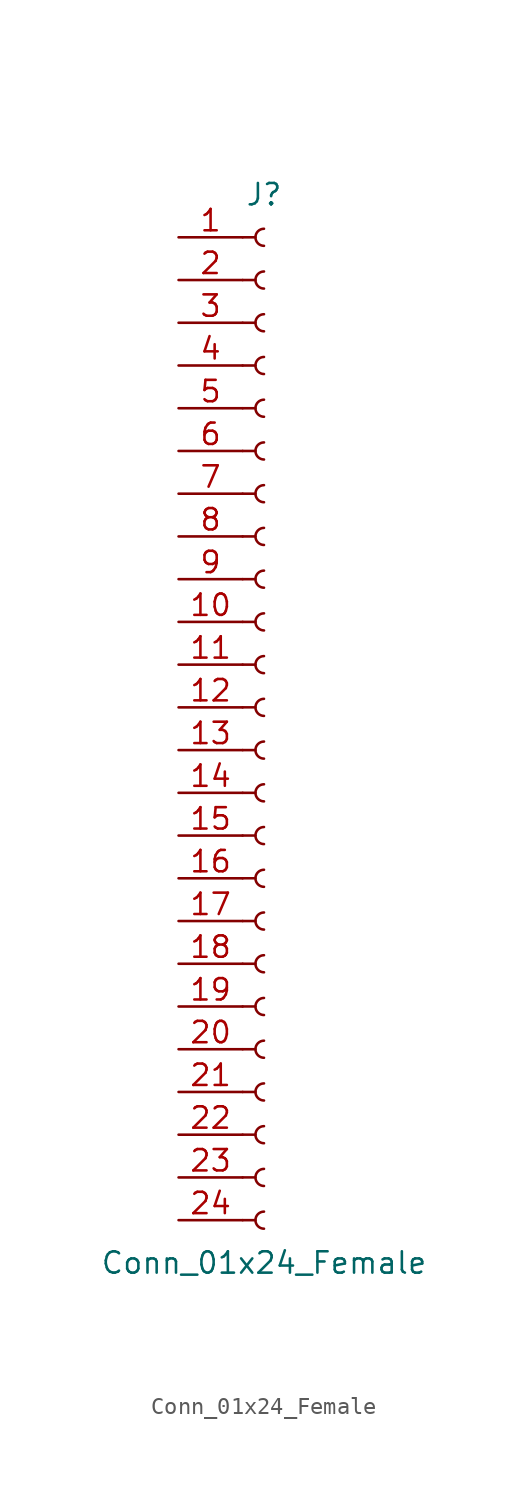
<source format=kicad_sym>
(kicad_symbol_lib
  (version 20211014)
  (generator kicad_symbol_editor)
  (symbol "Conn_01x24_Female"
    (pin_names
      (offset 1.016) hide)
    (property "Reference" "J"
      (at 0 30.48 0)
      (effects (font (size 1.27 1.27))))
    (property "Value" "Conn_01x24_Female"
      (at 0 -33.02 0)
      (effects (font (size 1.27 1.27))))
    (symbol "Conn_01x24_Female_1_1"
      (arc (start 0 -29.972) (mid -0.508 -30.48) (end 0 -30.988) (stroke (width 0.1524) (type default) (color 0 0 0 0)) (fill (type none)))
      (arc (start 0 -27.432) (mid -0.508 -27.94) (end 0 -28.448) (stroke (width 0.1524) (type default) (color 0 0 0 0)) (fill (type none)))
      (arc (start 0 -24.892) (mid -0.508 -25.4) (end 0 -25.908) (stroke (width 0.1524) (type default) (color 0 0 0 0)) (fill (type none)))
      (arc (start 0 -22.352) (mid -0.508 -22.86) (end 0 -23.368) (stroke (width 0.1524) (type default) (color 0 0 0 0)) (fill (type none)))
      (arc (start 0 -19.812) (mid -0.508 -20.32) (end 0 -20.828) (stroke (width 0.1524) (type default) (color 0 0 0 0)) (fill (type none)))
      (arc (start 0 -17.272) (mid -0.508 -17.78) (end 0 -18.288) (stroke (width 0.1524) (type default) (color 0 0 0 0)) (fill (type none)))
      (arc (start 0 -14.732) (mid -0.508 -15.24) (end 0 -15.748) (stroke (width 0.1524) (type default) (color 0 0 0 0)) (fill (type none)))
      (arc (start 0 -12.192) (mid -0.508 -12.7) (end 0 -13.208) (stroke (width 0.1524) (type default) (color 0 0 0 0)) (fill (type none)))
      (arc (start 0 -9.652) (mid -0.508 -10.16) (end 0 -10.668) (stroke (width 0.1524) (type default) (color 0 0 0 0)) (fill (type none)))
      (arc (start 0 -7.112) (mid -0.508 -7.62) (end 0 -8.128) (stroke (width 0.1524) (type default) (color 0 0 0 0)) (fill (type none)))
      (arc (start 0 -4.572) (mid -0.508 -5.08) (end 0 -5.588) (stroke (width 0.1524) (type default) (color 0 0 0 0)) (fill (type none)))
      (arc (start 0 -2.032) (mid -0.508 -2.54) (end 0 -3.048) (stroke (width 0.1524) (type default) (color 0 0 0 0)) (fill (type none)))
      (polyline (pts (xy -1.27 -30.48) (xy -0.508 -30.48)) (stroke (width 0.152) (type default) (color 0 0 0 0)) (fill (type none)))
      (polyline (pts (xy -1.27 -27.94) (xy -0.508 -27.94)) (stroke (width 0.152) (type default) (color 0 0 0 0)) (fill (type none)))
      (polyline (pts (xy -1.27 -25.4) (xy -0.508 -25.4)) (stroke (width 0.152) (type default) (color 0 0 0 0)) (fill (type none)))
      (polyline (pts (xy -1.27 -22.86) (xy -0.508 -22.86)) (stroke (width 0.152) (type default) (color 0 0 0 0)) (fill (type none)))
      (polyline (pts (xy -1.27 -20.32) (xy -0.508 -20.32)) (stroke (width 0.152) (type default) (color 0 0 0 0)) (fill (type none)))
      (polyline (pts (xy -1.27 -17.78) (xy -0.508 -17.78)) (stroke (width 0.152) (type default) (color 0 0 0 0)) (fill (type none)))
      (polyline (pts (xy -1.27 -15.24) (xy -0.508 -15.24)) (stroke (width 0.152) (type default) (color 0 0 0 0)) (fill (type none)))
      (polyline (pts (xy -1.27 -12.7) (xy -0.508 -12.7)) (stroke (width 0.152) (type default) (color 0 0 0 0)) (fill (type none)))
      (polyline (pts (xy -1.27 -10.16) (xy -0.508 -10.16)) (stroke (width 0.152) (type default) (color 0 0 0 0)) (fill (type none)))
      (polyline (pts (xy -1.27 -7.62) (xy -0.508 -7.62)) (stroke (width 0.152) (type default) (color 0 0 0 0)) (fill (type none)))
      (polyline (pts (xy -1.27 -5.08) (xy -0.508 -5.08)) (stroke (width 0.152) (type default) (color 0 0 0 0)) (fill (type none)))
      (polyline (pts (xy -1.27 -2.54) (xy -0.508 -2.54)) (stroke (width 0.152) (type default) (color 0 0 0 0)) (fill (type none)))
      (polyline (pts (xy -1.27 0) (xy -0.508 0)) (stroke (width 0.152) (type default) (color 0 0 0 0)) (fill (type none)))
      (polyline (pts (xy -1.27 2.54) (xy -0.508 2.54)) (stroke (width 0.152) (type default) (color 0 0 0 0)) (fill (type none)))
      (polyline (pts (xy -1.27 5.08) (xy -0.508 5.08)) (stroke (width 0.152) (type default) (color 0 0 0 0)) (fill (type none)))
      (polyline (pts (xy -1.27 7.62) (xy -0.508 7.62)) (stroke (width 0.152) (type default) (color 0 0 0 0)) (fill (type none)))
      (polyline (pts (xy -1.27 10.16) (xy -0.508 10.16)) (stroke (width 0.152) (type default) (color 0 0 0 0)) (fill (type none)))
      (polyline (pts (xy -1.27 12.7) (xy -0.508 12.7)) (stroke (width 0.152) (type default) (color 0 0 0 0)) (fill (type none)))
      (polyline (pts (xy -1.27 15.24) (xy -0.508 15.24)) (stroke (width 0.152) (type default) (color 0 0 0 0)) (fill (type none)))
      (polyline (pts (xy -1.27 17.78) (xy -0.508 17.78)) (stroke (width 0.152) (type default) (color 0 0 0 0)) (fill (type none)))
      (polyline (pts (xy -1.27 20.32) (xy -0.508 20.32)) (stroke (width 0.152) (type default) (color 0 0 0 0)) (fill (type none)))
      (polyline (pts (xy -1.27 22.86) (xy -0.508 22.86)) (stroke (width 0.152) (type default) (color 0 0 0 0)) (fill (type none)))
      (polyline (pts (xy -1.27 25.4) (xy -0.508 25.4)) (stroke (width 0.152) (type default) (color 0 0 0 0)) (fill (type none)))
      (polyline (pts (xy -1.27 27.94) (xy -0.508 27.94)) (stroke (width 0.152) (type default) (color 0 0 0 0)) (fill (type none)))
      (arc (start 0 0.508) (mid -0.508 0) (end 0 -0.508) (stroke (width 0.1524) (type default) (color 0 0 0 0)) (fill (type none)))
      (arc (start 0 3.048) (mid -0.508 2.54) (end 0 2.032) (stroke (width 0.1524) (type default) (color 0 0 0 0)) (fill (type none)))
      (arc (start 0 5.588) (mid -0.508 5.08) (end 0 4.572) (stroke (width 0.1524) (type default) (color 0 0 0 0)) (fill (type none)))
      (arc (start 0 8.128) (mid -0.508 7.62) (end 0 7.112) (stroke (width 0.1524) (type default) (color 0 0 0 0)) (fill (type none)))
      (arc (start 0 10.668) (mid -0.508 10.16) (end 0 9.652) (stroke (width 0.1524) (type default) (color 0 0 0 0)) (fill (type none)))
      (arc (start 0 13.208) (mid -0.508 12.7) (end 0 12.192) (stroke (width 0.1524) (type default) (color 0 0 0 0)) (fill (type none)))
      (arc (start 0 15.748) (mid -0.508 15.24) (end 0 14.732) (stroke (width 0.1524) (type default) (color 0 0 0 0)) (fill (type none)))
      (arc (start 0 18.288) (mid -0.508 17.78) (end 0 17.272) (stroke (width 0.1524) (type default) (color 0 0 0 0)) (fill (type none)))
      (arc (start 0 20.828) (mid -0.508 20.32) (end 0 19.812) (stroke (width 0.1524) (type default) (color 0 0 0 0)) (fill (type none)))
      (arc (start 0 23.368) (mid -0.508 22.86) (end 0 22.352) (stroke (width 0.1524) (type default) (color 0 0 0 0)) (fill (type none)))
      (arc (start 0 25.908) (mid -0.508 25.4) (end 0 24.892) (stroke (width 0.1524) (type default) (color 0 0 0 0)) (fill (type none)))
      (arc (start 0 28.448) (mid -0.508 27.94) (end 0 27.432) (stroke (width 0.1524) (type default) (color 0 0 0 0)) (fill (type none)))
      (pin passive line (at -5.08 27.94 0) (length 3.81) (name "Pin_1" (effects (font (size 1.27 1.27)))) (number "1" (effects (font (size 1.27 1.27)))))
      (pin passive line (at -5.08 5.08 0) (length 3.81) (name "Pin_10" (effects (font (size 1.27 1.27)))) (number "10" (effects (font (size 1.27 1.27)))))
      (pin passive line (at -5.08 2.54 0) (length 3.81) (name "Pin_11" (effects (font (size 1.27 1.27)))) (number "11" (effects (font (size 1.27 1.27)))))
      (pin passive line (at -5.08 0 0) (length 3.81) (name "Pin_12" (effects (font (size 1.27 1.27)))) (number "12" (effects (font (size 1.27 1.27)))))
      (pin passive line (at -5.08 -2.54 0) (length 3.81) (name "Pin_13" (effects (font (size 1.27 1.27)))) (number "13" (effects (font (size 1.27 1.27)))))
      (pin passive line (at -5.08 -5.08 0) (length 3.81) (name "Pin_14" (effects (font (size 1.27 1.27)))) (number "14" (effects (font (size 1.27 1.27)))))
      (pin passive line (at -5.08 -7.62 0) (length 3.81) (name "Pin_15" (effects (font (size 1.27 1.27)))) (number "15" (effects (font (size 1.27 1.27)))))
      (pin passive line (at -5.08 -10.16 0) (length 3.81) (name "Pin_16" (effects (font (size 1.27 1.27)))) (number "16" (effects (font (size 1.27 1.27)))))
      (pin passive line (at -5.08 -12.7 0) (length 3.81) (name "Pin_17" (effects (font (size 1.27 1.27)))) (number "17" (effects (font (size 1.27 1.27)))))
      (pin passive line (at -5.08 -15.24 0) (length 3.81) (name "Pin_18" (effects (font (size 1.27 1.27)))) (number "18" (effects (font (size 1.27 1.27)))))
      (pin passive line (at -5.08 -17.78 0) (length 3.81) (name "Pin_19" (effects (font (size 1.27 1.27)))) (number "19" (effects (font (size 1.27 1.27)))))
      (pin passive line (at -5.08 25.4 0) (length 3.81) (name "Pin_2" (effects (font (size 1.27 1.27)))) (number "2" (effects (font (size 1.27 1.27)))))
      (pin passive line (at -5.08 -20.32 0) (length 3.81) (name "Pin_20" (effects (font (size 1.27 1.27)))) (number "20" (effects (font (size 1.27 1.27)))))
      (pin passive line (at -5.08 -22.86 0) (length 3.81) (name "Pin_21" (effects (font (size 1.27 1.27)))) (number "21" (effects (font (size 1.27 1.27)))))
      (pin passive line (at -5.08 -25.4 0) (length 3.81) (name "Pin_22" (effects (font (size 1.27 1.27)))) (number "22" (effects (font (size 1.27 1.27)))))
      (pin passive line (at -5.08 -27.94 0) (length 3.81) (name "Pin_23" (effects (font (size 1.27 1.27)))) (number "23" (effects (font (size 1.27 1.27)))))
      (pin passive line (at -5.08 -30.48 0) (length 3.81) (name "Pin_24" (effects (font (size 1.27 1.27)))) (number "24" (effects (font (size 1.27 1.27)))))
      (pin passive line (at -5.08 22.86 0) (length 3.81) (name "Pin_3" (effects (font (size 1.27 1.27)))) (number "3" (effects (font (size 1.27 1.27)))))
      (pin passive line (at -5.08 20.32 0) (length 3.81) (name "Pin_4" (effects (font (size 1.27 1.27)))) (number "4" (effects (font (size 1.27 1.27)))))
      (pin passive line (at -5.08 17.78 0) (length 3.81) (name "Pin_5" (effects (font (size 1.27 1.27)))) (number "5" (effects (font (size 1.27 1.27)))))
      (pin passive line (at -5.08 15.24 0) (length 3.81) (name "Pin_6" (effects (font (size 1.27 1.27)))) (number "6" (effects (font (size 1.27 1.27)))))
      (pin passive line (at -5.08 12.7 0) (length 3.81) (name "Pin_7" (effects (font (size 1.27 1.27)))) (number "7" (effects (font (size 1.27 1.27)))))
      (pin passive line (at -5.08 10.16 0) (length 3.81) (name "Pin_8" (effects (font (size 1.27 1.27)))) (number "8" (effects (font (size 1.27 1.27)))))
      (pin passive line (at -5.08 7.62 0) (length 3.81) (name "Pin_9" (effects (font (size 1.27 1.27)))) (number "9" (effects (font (size 1.27 1.27))))))))
</source>
